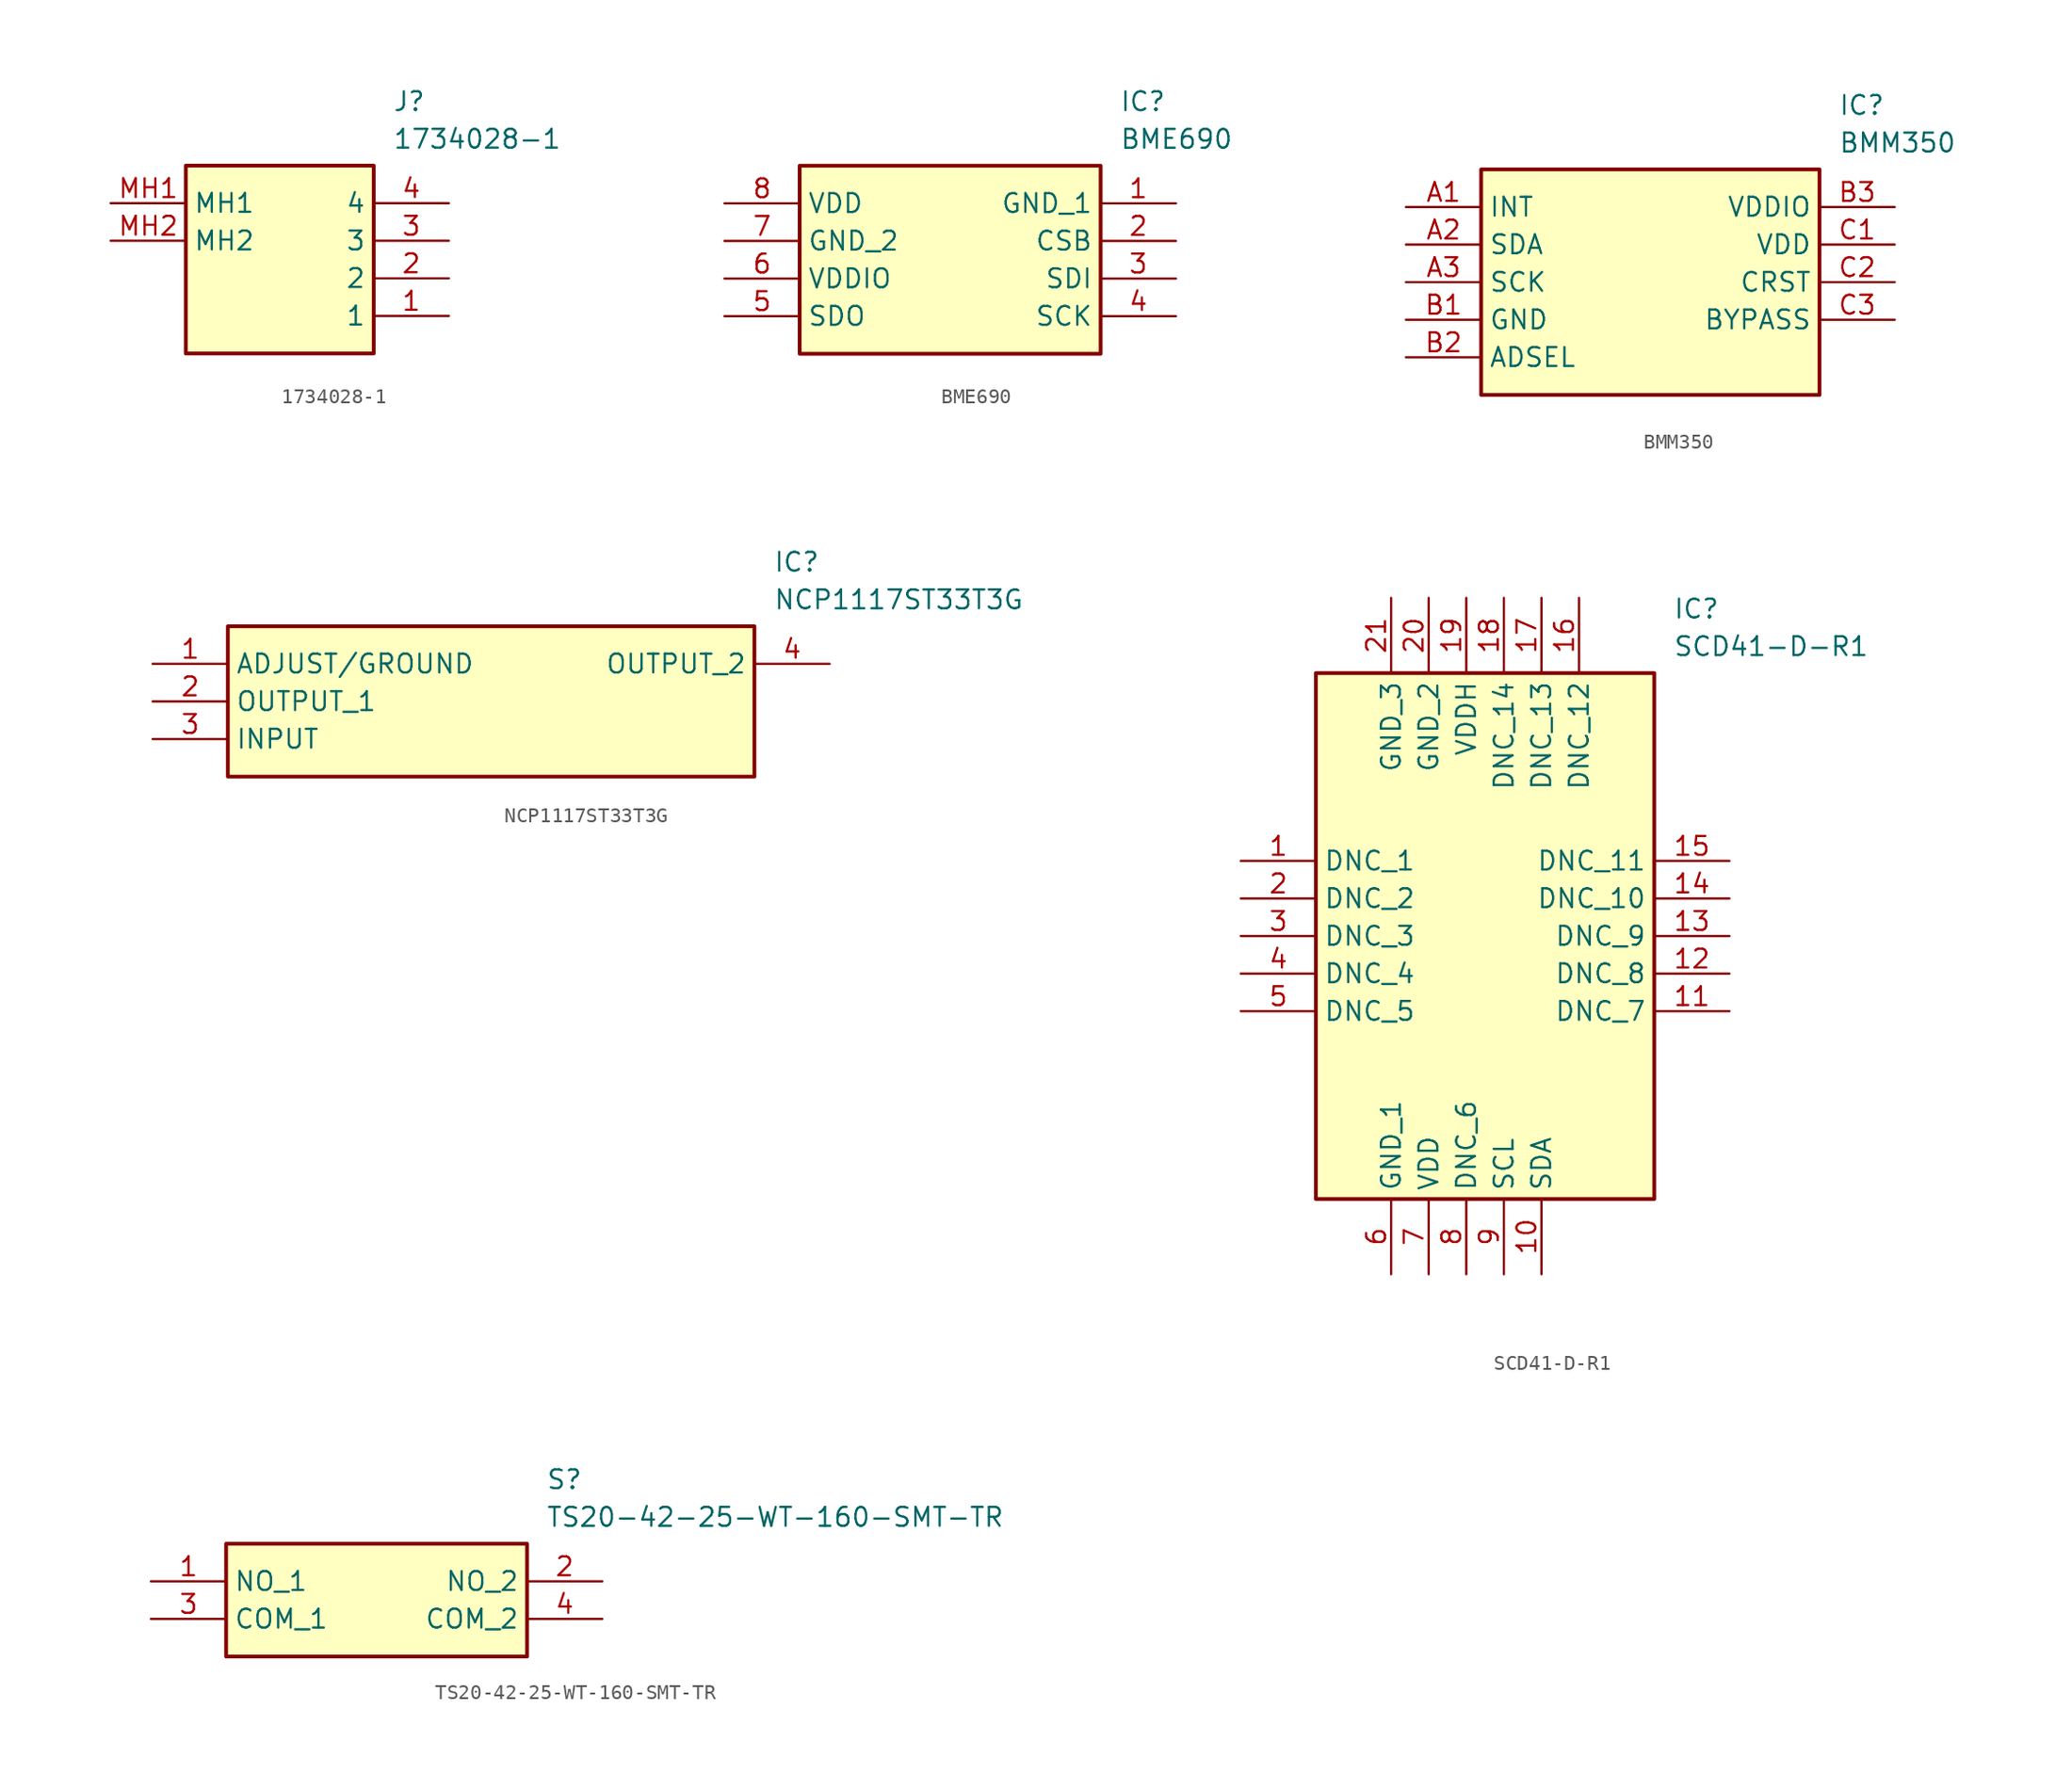
<source format=kicad_sym>
(kicad_symbol_lib
  (version 20220914)
  (generator SamacSys_ECAD_Model)
  (symbol "1734028-1"
    (property "Reference" "J"
      (at 19.05 7.62 0)
      (effects (font (size 1.27 1.27)) (justify left top)))
    (property "Value" "1734028-1"
      (at 19.05 5.08 0)
      (effects (font (size 1.27 1.27)) (justify left top)))
    (rectangle
      (start 5.08 2.54)
      (end 17.78 -10.16)
      (stroke (width 0.254) (type default))
      (fill (type background)))
    (pin passive line
      (at 22.86 -7.62 180)
      (length 5.08)
      (name "1" (effects (font (size 1.27 1.27))))
      (number "1" (effects (font (size 1.27 1.27)))))
    (pin passive line
      (at 22.86 -5.08 180)
      (length 5.08)
      (name "2" (effects (font (size 1.27 1.27))))
      (number "2" (effects (font (size 1.27 1.27)))))
    (pin passive line
      (at 22.86 -2.54 180)
      (length 5.08)
      (name "3" (effects (font (size 1.27 1.27))))
      (number "3" (effects (font (size 1.27 1.27)))))
    (pin passive line
      (at 22.86 0 180)
      (length 5.08)
      (name "4" (effects (font (size 1.27 1.27))))
      (number "4" (effects (font (size 1.27 1.27)))))
    (pin passive line
      (at 0 0 0)
      (length 5.08)
      (name "MH1" (effects (font (size 1.27 1.27))))
      (number "MH1" (effects (font (size 1.27 1.27)))))
    (pin passive line
      (at 0 -2.54 0)
      (length 5.08)
      (name "MH2" (effects (font (size 1.27 1.27))))
      (number "MH2" (effects (font (size 1.27 1.27))))))
  (symbol "BME690"
    (property "Reference" "IC"
      (at 26.67 7.62 0)
      (effects (font (size 1.27 1.27)) (justify left top)))
    (property "Value" "BME690"
      (at 26.67 5.08 0)
      (effects (font (size 1.27 1.27)) (justify left top)))
    (rectangle
      (start 5.08 2.54)
      (end 25.4 -10.16)
      (stroke (width 0.254) (type default))
      (fill (type background)))
    (pin passive line
      (at 30.48 0 180)
      (length 5.08)
      (name "GND_1" (effects (font (size 1.27 1.27))))
      (number "1" (effects (font (size 1.27 1.27)))))
    (pin passive line
      (at 30.48 -2.54 180)
      (length 5.08)
      (name "CSB" (effects (font (size 1.27 1.27))))
      (number "2" (effects (font (size 1.27 1.27)))))
    (pin passive line
      (at 30.48 -5.08 180)
      (length 5.08)
      (name "SDI" (effects (font (size 1.27 1.27))))
      (number "3" (effects (font (size 1.27 1.27)))))
    (pin passive line
      (at 30.48 -7.62 180)
      (length 5.08)
      (name "SCK" (effects (font (size 1.27 1.27))))
      (number "4" (effects (font (size 1.27 1.27)))))
    (pin passive line
      (at 0 -7.62 0)
      (length 5.08)
      (name "SDO" (effects (font (size 1.27 1.27))))
      (number "5" (effects (font (size 1.27 1.27)))))
    (pin passive line
      (at 0 -5.08 0)
      (length 5.08)
      (name "VDDIO" (effects (font (size 1.27 1.27))))
      (number "6" (effects (font (size 1.27 1.27)))))
    (pin passive line
      (at 0 -2.54 0)
      (length 5.08)
      (name "GND_2" (effects (font (size 1.27 1.27))))
      (number "7" (effects (font (size 1.27 1.27)))))
    (pin passive line
      (at 0 0 0)
      (length 5.08)
      (name "VDD" (effects (font (size 1.27 1.27))))
      (number "8" (effects (font (size 1.27 1.27))))))
  (symbol "BMM350"
    (property "Reference" "IC"
      (at 29.21 7.62 0)
      (effects (font (size 1.27 1.27)) (justify left top)))
    (property "Value" "BMM350"
      (at 29.21 5.08 0)
      (effects (font (size 1.27 1.27)) (justify left top)))
    (rectangle
      (start 5.08 2.54)
      (end 27.94 -12.7)
      (stroke (width 0.254) (type default))
      (fill (type background)))
    (pin passive line
      (at 0 0 0)
      (length 5.08)
      (name "INT" (effects (font (size 1.27 1.27))))
      (number "A1" (effects (font (size 1.27 1.27)))))
    (pin passive line
      (at 0 -2.54 0)
      (length 5.08)
      (name "SDA" (effects (font (size 1.27 1.27))))
      (number "A2" (effects (font (size 1.27 1.27)))))
    (pin passive line
      (at 0 -5.08 0)
      (length 5.08)
      (name "SCK" (effects (font (size 1.27 1.27))))
      (number "A3" (effects (font (size 1.27 1.27)))))
    (pin passive line
      (at 0 -7.62 0)
      (length 5.08)
      (name "GND" (effects (font (size 1.27 1.27))))
      (number "B1" (effects (font (size 1.27 1.27)))))
    (pin passive line
      (at 0 -10.16 0)
      (length 5.08)
      (name "ADSEL" (effects (font (size 1.27 1.27))))
      (number "B2" (effects (font (size 1.27 1.27)))))
    (pin passive line
      (at 33.02 0 180)
      (length 5.08)
      (name "VDDIO" (effects (font (size 1.27 1.27))))
      (number "B3" (effects (font (size 1.27 1.27)))))
    (pin passive line
      (at 33.02 -2.54 180)
      (length 5.08)
      (name "VDD" (effects (font (size 1.27 1.27))))
      (number "C1" (effects (font (size 1.27 1.27)))))
    (pin passive line
      (at 33.02 -5.08 180)
      (length 5.08)
      (name "CRST" (effects (font (size 1.27 1.27))))
      (number "C2" (effects (font (size 1.27 1.27)))))
    (pin passive line
      (at 33.02 -7.62 180)
      (length 5.08)
      (name "BYPASS" (effects (font (size 1.27 1.27))))
      (number "C3" (effects (font (size 1.27 1.27))))))
  (symbol "NCP1117ST33T3G"
    (property "Reference" "IC"
      (at 41.91 7.62 0)
      (effects (font (size 1.27 1.27)) (justify left top)))
    (property "Value" "NCP1117ST33T3G"
      (at 41.91 5.08 0)
      (effects (font (size 1.27 1.27)) (justify left top)))
    (rectangle
      (start 5.08 2.54)
      (end 40.64 -7.62)
      (stroke (width 0.254) (type default))
      (fill (type background)))
    (pin passive line
      (at 0 0 0)
      (length 5.08)
      (name "ADJUST/GROUND" (effects (font (size 1.27 1.27))))
      (number "1" (effects (font (size 1.27 1.27)))))
    (pin passive line
      (at 0 -2.54 0)
      (length 5.08)
      (name "OUTPUT_1" (effects (font (size 1.27 1.27))))
      (number "2" (effects (font (size 1.27 1.27)))))
    (pin passive line
      (at 0 -5.08 0)
      (length 5.08)
      (name "INPUT" (effects (font (size 1.27 1.27))))
      (number "3" (effects (font (size 1.27 1.27)))))
    (pin passive line
      (at 45.72 0 180)
      (length 5.08)
      (name "OUTPUT_2" (effects (font (size 1.27 1.27))))
      (number "4" (effects (font (size 1.27 1.27))))))
  (symbol "SCD41-D-R1"
    (property "Reference" "IC"
      (at 29.21 17.78 0)
      (effects (font (size 1.27 1.27)) (justify left top)))
    (property "Value" "SCD41-D-R1"
      (at 29.21 15.24 0)
      (effects (font (size 1.27 1.27)) (justify left top)))
    (rectangle
      (start 5.08 12.7)
      (end 27.94 -22.86)
      (stroke (width 0.254) (type default))
      (fill (type background)))
    (pin passive line
      (at 0 0 0)
      (length 5.08)
      (name "DNC_1" (effects (font (size 1.27 1.27))))
      (number "1" (effects (font (size 1.27 1.27)))))
    (pin passive line
      (at 0 -2.54 0)
      (length 5.08)
      (name "DNC_2" (effects (font (size 1.27 1.27))))
      (number "2" (effects (font (size 1.27 1.27)))))
    (pin passive line
      (at 0 -5.08 0)
      (length 5.08)
      (name "DNC_3" (effects (font (size 1.27 1.27))))
      (number "3" (effects (font (size 1.27 1.27)))))
    (pin passive line
      (at 0 -7.62 0)
      (length 5.08)
      (name "DNC_4" (effects (font (size 1.27 1.27))))
      (number "4" (effects (font (size 1.27 1.27)))))
    (pin passive line
      (at 0 -10.16 0)
      (length 5.08)
      (name "DNC_5" (effects (font (size 1.27 1.27))))
      (number "5" (effects (font (size 1.27 1.27)))))
    (pin passive line
      (at 10.16 -27.94 90)
      (length 5.08)
      (name "GND_1" (effects (font (size 1.27 1.27))))
      (number "6" (effects (font (size 1.27 1.27)))))
    (pin passive line
      (at 12.7 -27.94 90)
      (length 5.08)
      (name "VDD" (effects (font (size 1.27 1.27))))
      (number "7" (effects (font (size 1.27 1.27)))))
    (pin passive line
      (at 15.24 -27.94 90)
      (length 5.08)
      (name "DNC_6" (effects (font (size 1.27 1.27))))
      (number "8" (effects (font (size 1.27 1.27)))))
    (pin passive line
      (at 17.78 -27.94 90)
      (length 5.08)
      (name "SCL" (effects (font (size 1.27 1.27))))
      (number "9" (effects (font (size 1.27 1.27)))))
    (pin passive line
      (at 20.32 -27.94 90)
      (length 5.08)
      (name "SDA" (effects (font (size 1.27 1.27))))
      (number "10" (effects (font (size 1.27 1.27)))))
    (pin passive line
      (at 33.02 -10.16 180)
      (length 5.08)
      (name "DNC_7" (effects (font (size 1.27 1.27))))
      (number "11" (effects (font (size 1.27 1.27)))))
    (pin passive line
      (at 33.02 -7.62 180)
      (length 5.08)
      (name "DNC_8" (effects (font (size 1.27 1.27))))
      (number "12" (effects (font (size 1.27 1.27)))))
    (pin passive line
      (at 33.02 -5.08 180)
      (length 5.08)
      (name "DNC_9" (effects (font (size 1.27 1.27))))
      (number "13" (effects (font (size 1.27 1.27)))))
    (pin passive line
      (at 33.02 -2.54 180)
      (length 5.08)
      (name "DNC_10" (effects (font (size 1.27 1.27))))
      (number "14" (effects (font (size 1.27 1.27)))))
    (pin passive line
      (at 33.02 0 180)
      (length 5.08)
      (name "DNC_11" (effects (font (size 1.27 1.27))))
      (number "15" (effects (font (size 1.27 1.27)))))
    (pin passive line
      (at 22.86 17.78 270)
      (length 5.08)
      (name "DNC_12" (effects (font (size 1.27 1.27))))
      (number "16" (effects (font (size 1.27 1.27)))))
    (pin passive line
      (at 20.32 17.78 270)
      (length 5.08)
      (name "DNC_13" (effects (font (size 1.27 1.27))))
      (number "17" (effects (font (size 1.27 1.27)))))
    (pin passive line
      (at 17.78 17.78 270)
      (length 5.08)
      (name "DNC_14" (effects (font (size 1.27 1.27))))
      (number "18" (effects (font (size 1.27 1.27)))))
    (pin passive line
      (at 15.24 17.78 270)
      (length 5.08)
      (name "VDDH" (effects (font (size 1.27 1.27))))
      (number "19" (effects (font (size 1.27 1.27)))))
    (pin passive line
      (at 12.7 17.78 270)
      (length 5.08)
      (name "GND_2" (effects (font (size 1.27 1.27))))
      (number "20" (effects (font (size 1.27 1.27)))))
    (pin passive line
      (at 10.16 17.78 270)
      (length 5.08)
      (name "GND_3" (effects (font (size 1.27 1.27))))
      (number "21" (effects (font (size 1.27 1.27))))))
  (symbol "TS20-42-25-WT-160-SMT-TR"
    (property "Reference" "S"
      (at 26.67 7.62 0)
      (effects (font (size 1.27 1.27)) (justify left top)))
    (property "Value" "TS20-42-25-WT-160-SMT-TR"
      (at 26.67 5.08 0)
      (effects (font (size 1.27 1.27)) (justify left top)))
    (rectangle
      (start 5.08 2.54)
      (end 25.4 -5.08)
      (stroke (width 0.254) (type default))
      (fill (type background)))
    (pin passive line
      (at 0 0 0)
      (length 5.08)
      (name "NO_1" (effects (font (size 1.27 1.27))))
      (number "1" (effects (font (size 1.27 1.27)))))
    (pin passive line
      (at 30.48 0 180)
      (length 5.08)
      (name "NO_2" (effects (font (size 1.27 1.27))))
      (number "2" (effects (font (size 1.27 1.27)))))
    (pin passive line
      (at 0 -2.54 0)
      (length 5.08)
      (name "COM_1" (effects (font (size 1.27 1.27))))
      (number "3" (effects (font (size 1.27 1.27)))))
    (pin passive line
      (at 30.48 -2.54 180)
      (length 5.08)
      (name "COM_2" (effects (font (size 1.27 1.27))))
      (number "4" (effects (font (size 1.27 1.27)))))))
</source>
